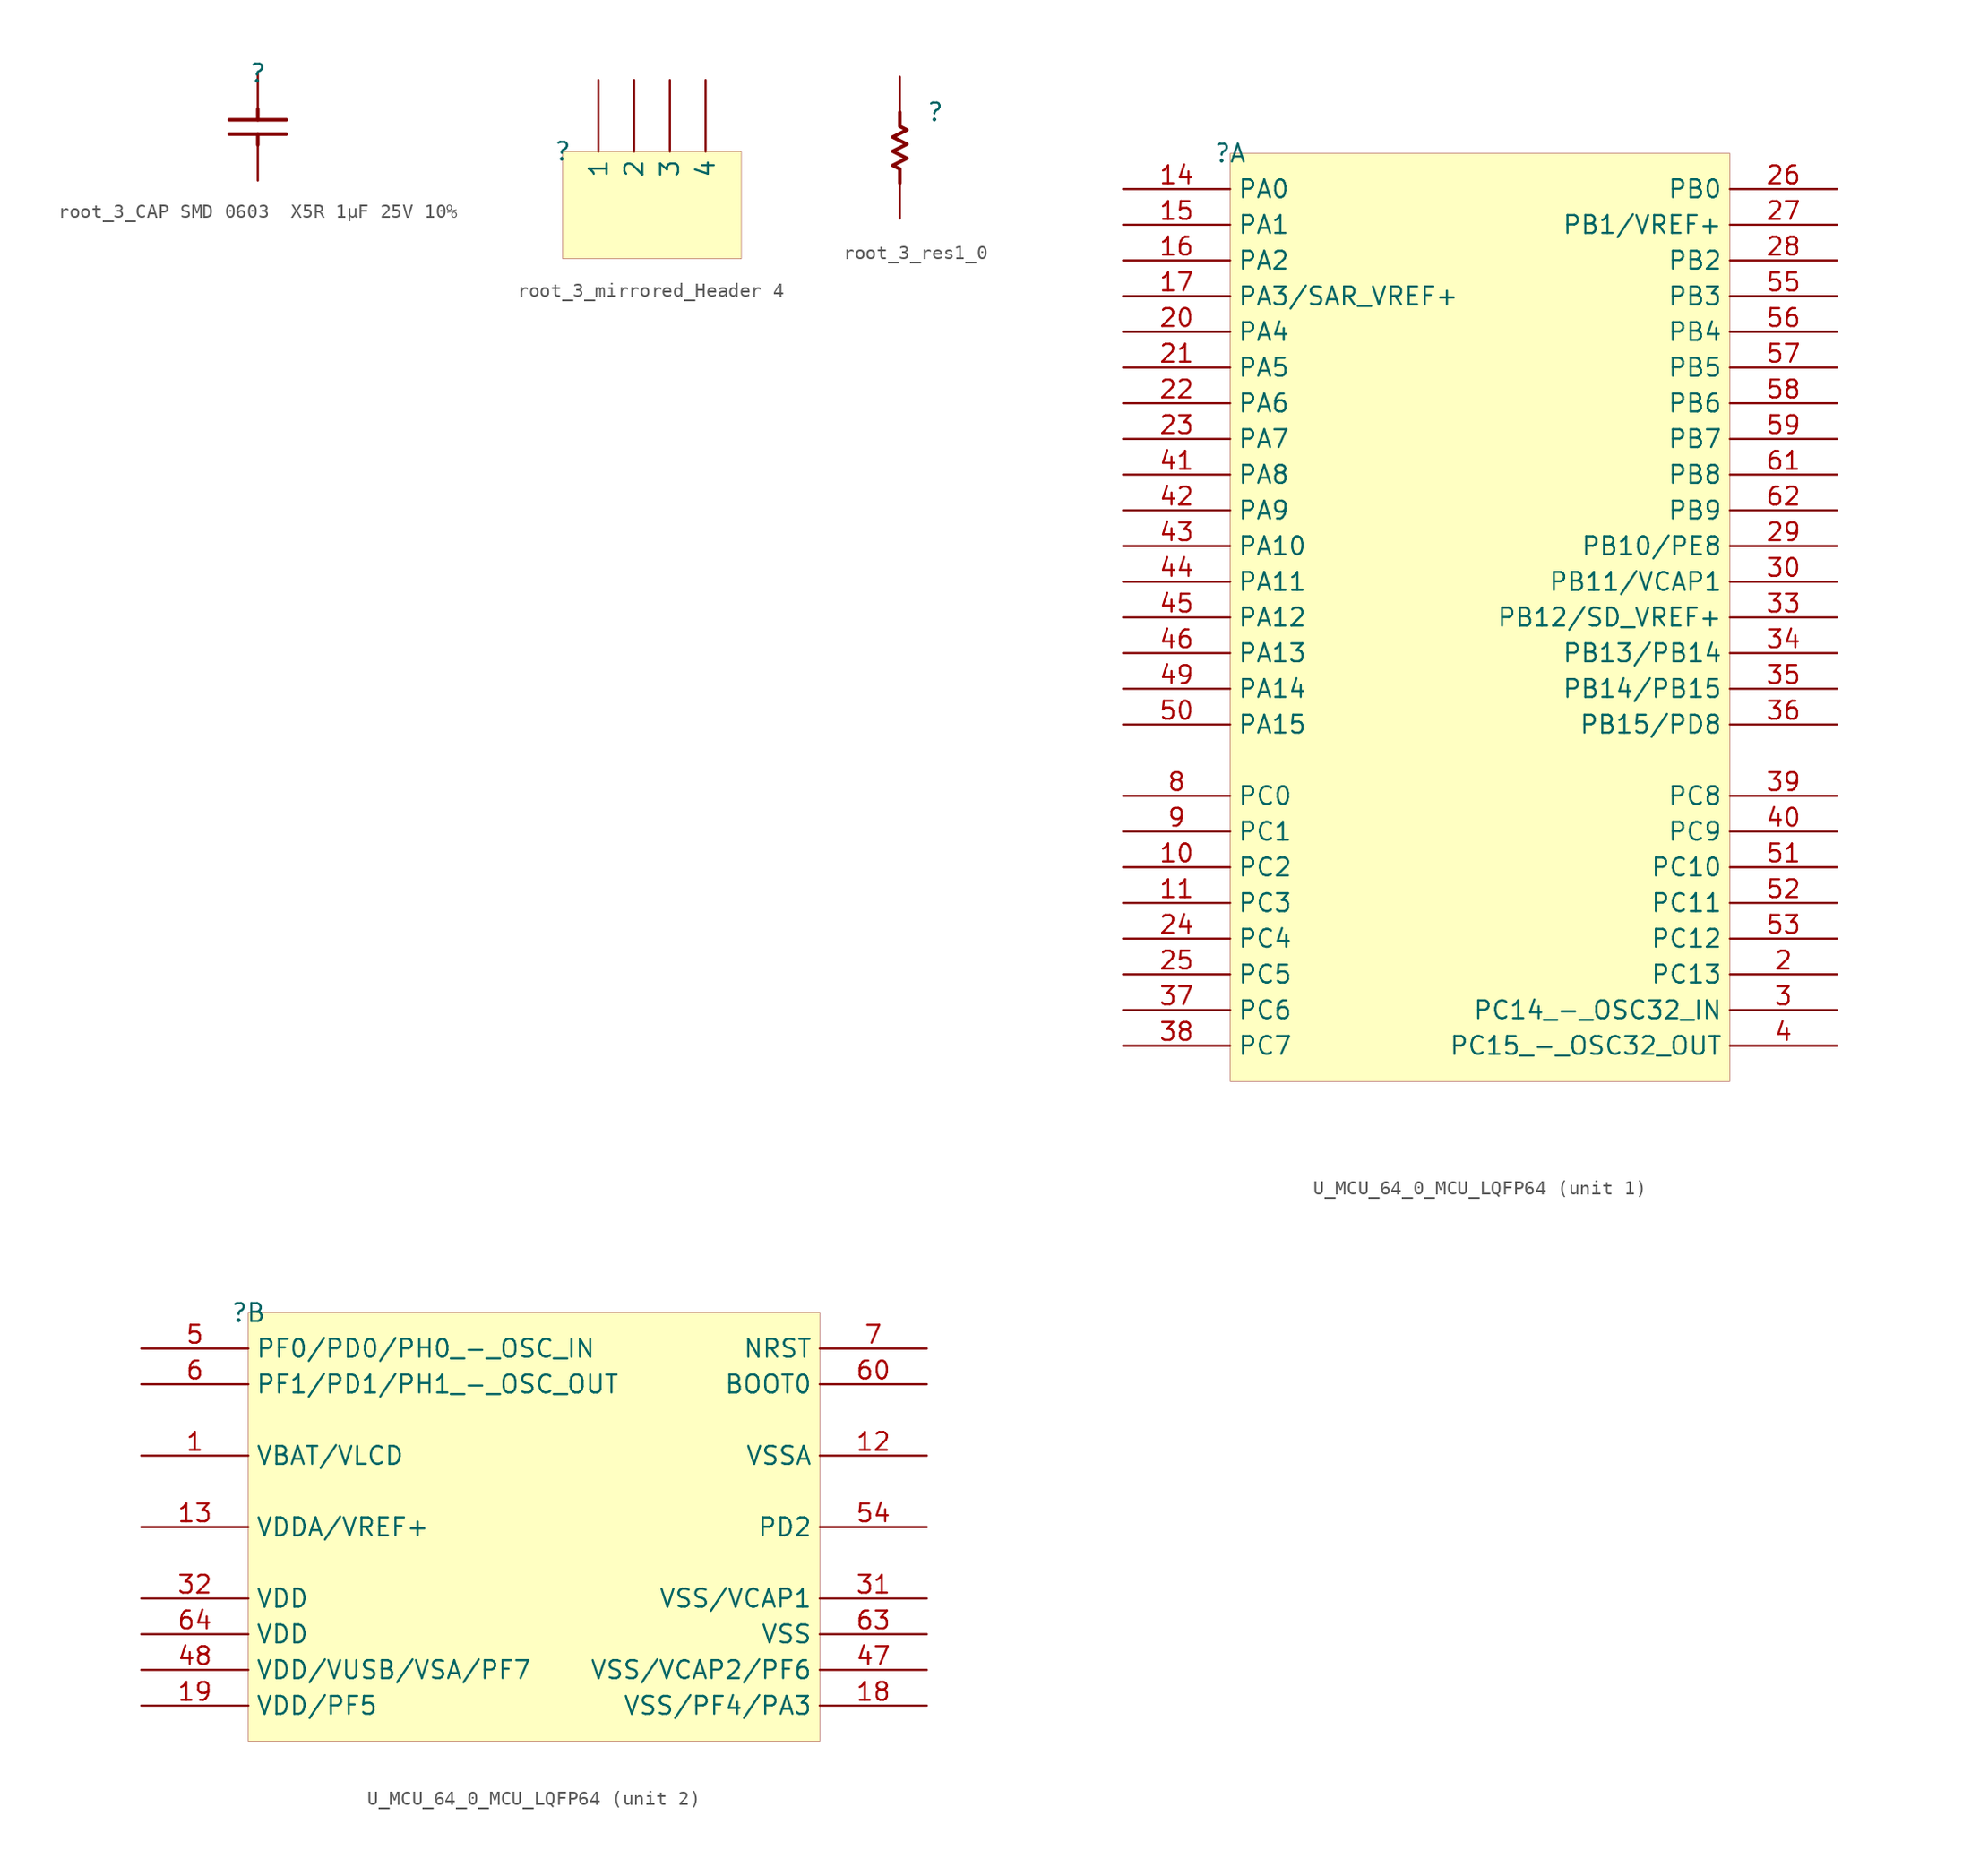
<source format=kicad_sym>
(kicad_symbol_lib
  (version 20231120)
  (generator "kicad_symbol_editor")
  (generator_version "8.0")
  (symbol "root_3_CAP SMD 0603  X5R 1µF 25V 10%"
    (property "Reference" ""
      (at 0 0 0)
      (effects (font (size 1.27 1.27))))
    (property "Value" ""
      (at 0 0 0)
      (effects (font (size 1.27 1.27))))
    (symbol "root_3_CAP SMD 0603  X5R 1µF 25V 10%_1_0"
      (polyline (pts (xy -2.032 -3.302) (xy 2.032 -3.302)) (stroke (width 0.254) (type solid)) (fill (type none)))
      (polyline (pts (xy 0 -5.08) (xy 0 -4.318)) (stroke (width 0.254) (type solid)) (fill (type none)))
      (polyline (pts (xy 0 -2.54) (xy 0 -3.302)) (stroke (width 0.254) (type solid)) (fill (type none)))
      (polyline (pts (xy 2.032 -4.318) (xy -2.032 -4.318)) (stroke (width 0.254) (type solid)) (fill (type none)))
      (pin passive line (at 0 0 270) (length 2.54) (name "1" (effects (font (size 0 0)))) (number "1" (effects (font (size 0 0)))))
      (pin passive line (at 0 -7.62 90) (length 2.54) (name "2" (effects (font (size 0 0)))) (number "2" (effects (font (size 0 0)))))))
  (symbol "root_3_mirrored_Header 4"
    (property "Reference" ""
      (at 0 0 0)
      (effects (font (size 1.27 1.27))))
    (property "Value" ""
      (at 0 0 0)
      (effects (font (size 1.27 1.27))))
    (symbol "root_3_mirrored_Header 4_1_0"
      (rectangle (start 12.7 0) (end 0 -7.62) (stroke (width 0.025) (type solid) (color 128 0 0 1)) (fill (type background)))
      (pin passive line (at 2.54 5.08 270) (length 5.08) (name "1" (effects (font (size 1.27 1.27)))) (number "1" (effects (font (size 0 0)))))
      (pin passive line (at 5.08 5.08 270) (length 5.08) (name "2" (effects (font (size 1.27 1.27)))) (number "2" (effects (font (size 0 0)))))
      (pin passive line (at 7.62 5.08 270) (length 5.08) (name "3" (effects (font (size 1.27 1.27)))) (number "3" (effects (font (size 0 0)))))
      (pin passive line (at 10.16 5.08 270) (length 5.08) (name "4" (effects (font (size 1.27 1.27)))) (number "4" (effects (font (size 0 0)))))))
  (symbol "root_3_res1_0"
    (property "Reference" ""
      (at 0 0 0)
      (effects (font (size 1.27 1.27))))
    (property "Value" ""
      (at 0 0 0)
      (effects (font (size 1.27 1.27))))
    (symbol "root_3_res1_0_1_0"
      (polyline (pts (xy -2.54 -5.08) (xy -2.54 -4.064) (xy -3.048 -3.81) (xy -2.032 -3.302) (xy -3.048 -2.794) (xy -2.032 -2.286) (xy -3.048 -1.778) (xy -2.032 -1.27) (xy -2.54 -1.016) (xy -2.54 0)) (stroke (width 0.254) (type solid)) (fill (type none)))
      (pin passive line (at -2.54 2.54 270) (length 2.54) (name "1" (effects (font (size 0 0)))) (number "1" (effects (font (size 0 0)))))
      (pin passive line (at -2.54 -7.62 90) (length 2.54) (name "2" (effects (font (size 0 0)))) (number "2" (effects (font (size 0 0)))))))
  (symbol "U_MCU_64_0_MCU_LQFP64"
    (property "Reference" ""
      (at 0 0 0)
      (effects (font (size 1.27 1.27))))
    (property "Value" ""
      (at 0 0 0)
      (effects (font (size 1.27 1.27))))
    (symbol "U_MCU_64_0_MCU_LQFP64_1_0"
      (rectangle (start 35.56 0) (end 0 -66.04) (stroke (width 0.025) (type solid) (color 128 0 0 1)) (fill (type background)))
      (pin passive line (at -7.62 -50.8 0) (length 7.62) (name "PC2" (effects (font (size 1.27 1.27)))) (number "10" (effects (font (size 1.27 1.27)))))
      (pin passive line (at -7.62 -53.34 0) (length 7.62) (name "PC3" (effects (font (size 1.27 1.27)))) (number "11" (effects (font (size 1.27 1.27)))))
      (pin passive line (at -7.62 -2.54 0) (length 7.62) (name "PA0" (effects (font (size 1.27 1.27)))) (number "14" (effects (font (size 1.27 1.27)))))
      (pin passive line (at -7.62 -5.08 0) (length 7.62) (name "PA1" (effects (font (size 1.27 1.27)))) (number "15" (effects (font (size 1.27 1.27)))))
      (pin passive line (at -7.62 -7.62 0) (length 7.62) (name "PA2" (effects (font (size 1.27 1.27)))) (number "16" (effects (font (size 1.27 1.27)))))
      (pin passive line (at -7.62 -10.16 0) (length 7.62) (name "PA3/SAR_VREF+" (effects (font (size 1.27 1.27)))) (number "17" (effects (font (size 1.27 1.27)))))
      (pin passive line (at 43.18 -58.42 180) (length 7.62) (name "PC13" (effects (font (size 1.27 1.27)))) (number "2" (effects (font (size 1.27 1.27)))))
      (pin passive line (at -7.62 -12.7 0) (length 7.62) (name "PA4" (effects (font (size 1.27 1.27)))) (number "20" (effects (font (size 1.27 1.27)))))
      (pin passive line (at -7.62 -15.24 0) (length 7.62) (name "PA5" (effects (font (size 1.27 1.27)))) (number "21" (effects (font (size 1.27 1.27)))))
      (pin passive line (at -7.62 -17.78 0) (length 7.62) (name "PA6" (effects (font (size 1.27 1.27)))) (number "22" (effects (font (size 1.27 1.27)))))
      (pin passive line (at -7.62 -20.32 0) (length 7.62) (name "PA7" (effects (font (size 1.27 1.27)))) (number "23" (effects (font (size 1.27 1.27)))))
      (pin passive line (at -7.62 -55.88 0) (length 7.62) (name "PC4" (effects (font (size 1.27 1.27)))) (number "24" (effects (font (size 1.27 1.27)))))
      (pin passive line (at -7.62 -58.42 0) (length 7.62) (name "PC5" (effects (font (size 1.27 1.27)))) (number "25" (effects (font (size 1.27 1.27)))))
      (pin passive line (at 43.18 -2.54 180) (length 7.62) (name "PB0" (effects (font (size 1.27 1.27)))) (number "26" (effects (font (size 1.27 1.27)))))
      (pin passive line (at 43.18 -5.08 180) (length 7.62) (name "PB1/VREF+" (effects (font (size 1.27 1.27)))) (number "27" (effects (font (size 1.27 1.27)))))
      (pin passive line (at 43.18 -7.62 180) (length 7.62) (name "PB2" (effects (font (size 1.27 1.27)))) (number "28" (effects (font (size 1.27 1.27)))))
      (pin passive line (at 43.18 -27.94 180) (length 7.62) (name "PB10/PE8" (effects (font (size 1.27 1.27)))) (number "29" (effects (font (size 1.27 1.27)))))
      (pin passive line (at 43.18 -60.96 180) (length 7.62) (name "PC14_-_OSC32_IN" (effects (font (size 1.27 1.27)))) (number "3" (effects (font (size 1.27 1.27)))))
      (pin passive line (at 43.18 -30.48 180) (length 7.62) (name "PB11/VCAP1" (effects (font (size 1.27 1.27)))) (number "30" (effects (font (size 1.27 1.27)))))
      (pin passive line (at 43.18 -33.02 180) (length 7.62) (name "PB12/SD_VREF+" (effects (font (size 1.27 1.27)))) (number "33" (effects (font (size 1.27 1.27)))))
      (pin passive line (at 43.18 -35.56 180) (length 7.62) (name "PB13/PB14" (effects (font (size 1.27 1.27)))) (number "34" (effects (font (size 1.27 1.27)))))
      (pin passive line (at 43.18 -38.1 180) (length 7.62) (name "PB14/PB15" (effects (font (size 1.27 1.27)))) (number "35" (effects (font (size 1.27 1.27)))))
      (pin passive line (at 43.18 -40.64 180) (length 7.62) (name "PB15/PD8" (effects (font (size 1.27 1.27)))) (number "36" (effects (font (size 1.27 1.27)))))
      (pin passive line (at -7.62 -60.96 0) (length 7.62) (name "PC6" (effects (font (size 1.27 1.27)))) (number "37" (effects (font (size 1.27 1.27)))))
      (pin passive line (at -7.62 -63.5 0) (length 7.62) (name "PC7" (effects (font (size 1.27 1.27)))) (number "38" (effects (font (size 1.27 1.27)))))
      (pin passive line (at 43.18 -45.72 180) (length 7.62) (name "PC8" (effects (font (size 1.27 1.27)))) (number "39" (effects (font (size 1.27 1.27)))))
      (pin passive line (at 43.18 -63.5 180) (length 7.62) (name "PC15_-_OSC32_OUT" (effects (font (size 1.27 1.27)))) (number "4" (effects (font (size 1.27 1.27)))))
      (pin passive line (at 43.18 -48.26 180) (length 7.62) (name "PC9" (effects (font (size 1.27 1.27)))) (number "40" (effects (font (size 1.27 1.27)))))
      (pin passive line (at -7.62 -22.86 0) (length 7.62) (name "PA8" (effects (font (size 1.27 1.27)))) (number "41" (effects (font (size 1.27 1.27)))))
      (pin passive line (at -7.62 -25.4 0) (length 7.62) (name "PA9" (effects (font (size 1.27 1.27)))) (number "42" (effects (font (size 1.27 1.27)))))
      (pin passive line (at -7.62 -27.94 0) (length 7.62) (name "PA10" (effects (font (size 1.27 1.27)))) (number "43" (effects (font (size 1.27 1.27)))))
      (pin passive line (at -7.62 -30.48 0) (length 7.62) (name "PA11" (effects (font (size 1.27 1.27)))) (number "44" (effects (font (size 1.27 1.27)))))
      (pin passive line (at -7.62 -33.02 0) (length 7.62) (name "PA12" (effects (font (size 1.27 1.27)))) (number "45" (effects (font (size 1.27 1.27)))))
      (pin passive line (at -7.62 -35.56 0) (length 7.62) (name "PA13" (effects (font (size 1.27 1.27)))) (number "46" (effects (font (size 1.27 1.27)))))
      (pin passive line (at -7.62 -38.1 0) (length 7.62) (name "PA14" (effects (font (size 1.27 1.27)))) (number "49" (effects (font (size 1.27 1.27)))))
      (pin passive line (at -7.62 -40.64 0) (length 7.62) (name "PA15" (effects (font (size 1.27 1.27)))) (number "50" (effects (font (size 1.27 1.27)))))
      (pin passive line (at 43.18 -50.8 180) (length 7.62) (name "PC10" (effects (font (size 1.27 1.27)))) (number "51" (effects (font (size 1.27 1.27)))))
      (pin passive line (at 43.18 -53.34 180) (length 7.62) (name "PC11" (effects (font (size 1.27 1.27)))) (number "52" (effects (font (size 1.27 1.27)))))
      (pin passive line (at 43.18 -55.88 180) (length 7.62) (name "PC12" (effects (font (size 1.27 1.27)))) (number "53" (effects (font (size 1.27 1.27)))))
      (pin passive line (at 43.18 -10.16 180) (length 7.62) (name "PB3" (effects (font (size 1.27 1.27)))) (number "55" (effects (font (size 1.27 1.27)))))
      (pin passive line (at 43.18 -12.7 180) (length 7.62) (name "PB4" (effects (font (size 1.27 1.27)))) (number "56" (effects (font (size 1.27 1.27)))))
      (pin passive line (at 43.18 -15.24 180) (length 7.62) (name "PB5" (effects (font (size 1.27 1.27)))) (number "57" (effects (font (size 1.27 1.27)))))
      (pin passive line (at 43.18 -17.78 180) (length 7.62) (name "PB6" (effects (font (size 1.27 1.27)))) (number "58" (effects (font (size 1.27 1.27)))))
      (pin passive line (at 43.18 -20.32 180) (length 7.62) (name "PB7" (effects (font (size 1.27 1.27)))) (number "59" (effects (font (size 1.27 1.27)))))
      (pin passive line (at 43.18 -22.86 180) (length 7.62) (name "PB8" (effects (font (size 1.27 1.27)))) (number "61" (effects (font (size 1.27 1.27)))))
      (pin passive line (at 43.18 -25.4 180) (length 7.62) (name "PB9" (effects (font (size 1.27 1.27)))) (number "62" (effects (font (size 1.27 1.27)))))
      (pin passive line (at -7.62 -45.72 0) (length 7.62) (name "PC0" (effects (font (size 1.27 1.27)))) (number "8" (effects (font (size 1.27 1.27)))))
      (pin passive line (at -7.62 -48.26 0) (length 7.62) (name "PC1" (effects (font (size 1.27 1.27)))) (number "9" (effects (font (size 1.27 1.27))))))
    (symbol "U_MCU_64_0_MCU_LQFP64_2_0"
      (rectangle (start 40.64 0) (end 0 -30.48) (stroke (width 0.025) (type solid) (color 128 0 0 1)) (fill (type background)))
      (pin passive line (at -7.62 -10.16 0) (length 7.62) (name "VBAT/VLCD" (effects (font (size 1.27 1.27)))) (number "1" (effects (font (size 1.27 1.27)))))
      (pin passive line (at 48.26 -10.16 180) (length 7.62) (name "VSSA" (effects (font (size 1.27 1.27)))) (number "12" (effects (font (size 1.27 1.27)))))
      (pin passive line (at -7.62 -15.24 0) (length 7.62) (name "VDDA/VREF+" (effects (font (size 1.27 1.27)))) (number "13" (effects (font (size 1.27 1.27)))))
      (pin passive line (at 48.26 -27.94 180) (length 7.62) (name "VSS/PF4/PA3" (effects (font (size 1.27 1.27)))) (number "18" (effects (font (size 1.27 1.27)))))
      (pin passive line (at -7.62 -27.94 0) (length 7.62) (name "VDD/PF5" (effects (font (size 1.27 1.27)))) (number "19" (effects (font (size 1.27 1.27)))))
      (pin passive line (at 48.26 -20.32 180) (length 7.62) (name "VSS/VCAP1" (effects (font (size 1.27 1.27)))) (number "31" (effects (font (size 1.27 1.27)))))
      (pin passive line (at -7.62 -20.32 0) (length 7.62) (name "VDD" (effects (font (size 1.27 1.27)))) (number "32" (effects (font (size 1.27 1.27)))))
      (pin passive line (at 48.26 -25.4 180) (length 7.62) (name "VSS/VCAP2/PF6" (effects (font (size 1.27 1.27)))) (number "47" (effects (font (size 1.27 1.27)))))
      (pin passive line (at -7.62 -25.4 0) (length 7.62) (name "VDD/VUSB/VSA/PF7" (effects (font (size 1.27 1.27)))) (number "48" (effects (font (size 1.27 1.27)))))
      (pin passive line (at -7.62 -2.54 0) (length 7.62) (name "PF0/PD0/PH0_-_OSC_IN" (effects (font (size 1.27 1.27)))) (number "5" (effects (font (size 1.27 1.27)))))
      (pin passive line (at 48.26 -15.24 180) (length 7.62) (name "PD2" (effects (font (size 1.27 1.27)))) (number "54" (effects (font (size 1.27 1.27)))))
      (pin passive line (at -7.62 -5.08 0) (length 7.62) (name "PF1/PD1/PH1_-_OSC_OUT" (effects (font (size 1.27 1.27)))) (number "6" (effects (font (size 1.27 1.27)))))
      (pin passive line (at 48.26 -5.08 180) (length 7.62) (name "BOOT0" (effects (font (size 1.27 1.27)))) (number "60" (effects (font (size 1.27 1.27)))))
      (pin passive line (at 48.26 -22.86 180) (length 7.62) (name "VSS" (effects (font (size 1.27 1.27)))) (number "63" (effects (font (size 1.27 1.27)))))
      (pin passive line (at -7.62 -22.86 0) (length 7.62) (name "VDD" (effects (font (size 1.27 1.27)))) (number "64" (effects (font (size 1.27 1.27)))))
      (pin passive line (at 48.26 -2.54 180) (length 7.62) (name "NRST" (effects (font (size 1.27 1.27)))) (number "7" (effects (font (size 1.27 1.27))))))))
</source>
